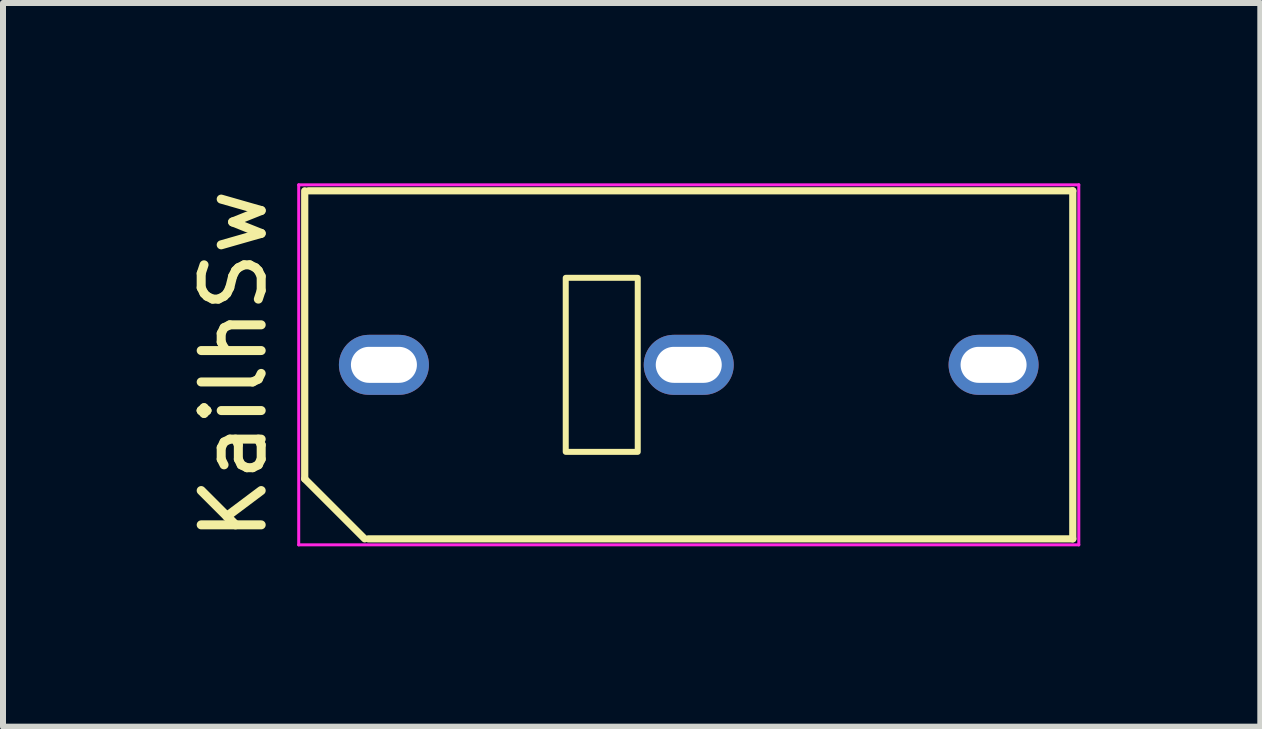
<source format=kicad_pcb>
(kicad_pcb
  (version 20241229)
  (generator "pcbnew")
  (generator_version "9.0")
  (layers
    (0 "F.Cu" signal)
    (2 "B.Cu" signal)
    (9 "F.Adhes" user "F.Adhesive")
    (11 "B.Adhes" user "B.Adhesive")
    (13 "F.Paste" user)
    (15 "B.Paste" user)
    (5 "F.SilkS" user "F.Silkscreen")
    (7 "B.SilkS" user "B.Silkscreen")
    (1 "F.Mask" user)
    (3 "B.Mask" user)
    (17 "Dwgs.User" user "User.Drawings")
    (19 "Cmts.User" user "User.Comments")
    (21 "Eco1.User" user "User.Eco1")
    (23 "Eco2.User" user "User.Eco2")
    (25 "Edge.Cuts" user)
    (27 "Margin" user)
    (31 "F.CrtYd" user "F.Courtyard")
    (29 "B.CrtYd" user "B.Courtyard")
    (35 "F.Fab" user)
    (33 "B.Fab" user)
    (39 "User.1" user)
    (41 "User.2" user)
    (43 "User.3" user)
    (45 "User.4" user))
  (footprint "KailhSw"
    (layer "F.Cu")
    (at 3.348 3.03)
    (property "Reference" "KailhSw" (at -2.5 0 90) (layer "F.SilkS") (effects (font (size 1 1) (thickness 0.15))))
    (attr through_hole)
    (fp_line (start -1.32 1.9) (end -1.32 -2.9) (stroke (width 0.12) (type default)) (layer "F.SilkS"))
    (fp_line (start -1.26 -2.9) (end 11.48 -2.9) (stroke (width 0.12) (type default)) (layer "F.SilkS"))
    (fp_line (start -0.32 2.9) (end -1.32 1.9) (stroke (width 0.12) (type default)) (layer "F.SilkS"))
    (fp_line (start 11.48 -2.9) (end 11.48 2.9) (stroke (width 0.12) (type default)) (layer "F.SilkS"))
    (fp_line (start 11.48 2.9) (end -0.26 2.9) (stroke (width 0.12) (type default)) (layer "F.SilkS"))
    (fp_rect (start 3.03 -1.45) (end 4.23 1.45) (stroke (width 0.1) (type default)) (fill no) (layer "F.SilkS"))
    (fp_line (start -1.42 -3) (end 11.58 -3) (stroke (width 0.05) (type default)) (layer "F.CrtYd"))
    (fp_line (start -1.42 3) (end -1.42 -3) (stroke (width 0.05) (type default)) (layer "F.CrtYd"))
    (fp_line (start 11.58 -3) (end 11.58 3) (stroke (width 0.05) (type default)) (layer "F.CrtYd"))
    (fp_line (start 11.58 3) (end -1.42 3) (stroke (width 0.05) (type default)) (layer "F.CrtYd"))
    (pad "1" thru_hole oval (at 0 0) (size 1.5 1) (drill oval 1.1 0.6) (layers "*.Cu" "*.Mask"))
    (pad "2" thru_hole oval (at 5.08 0) (size 1.5 1) (drill oval 1.1 0.6) (layers "*.Cu" "*.Mask"))
    (pad "3" thru_hole oval (at 10.16 0) (size 1.5 1) (drill oval 1.1 0.6) (layers "*.Cu" "*.Mask")))
  (gr_rect
    (start -3 -3)
    (end 17.953 9.06)
    (stroke (width 0.1) (type default))
    (fill no)
    (layer "Edge.Cuts")))
</source>
